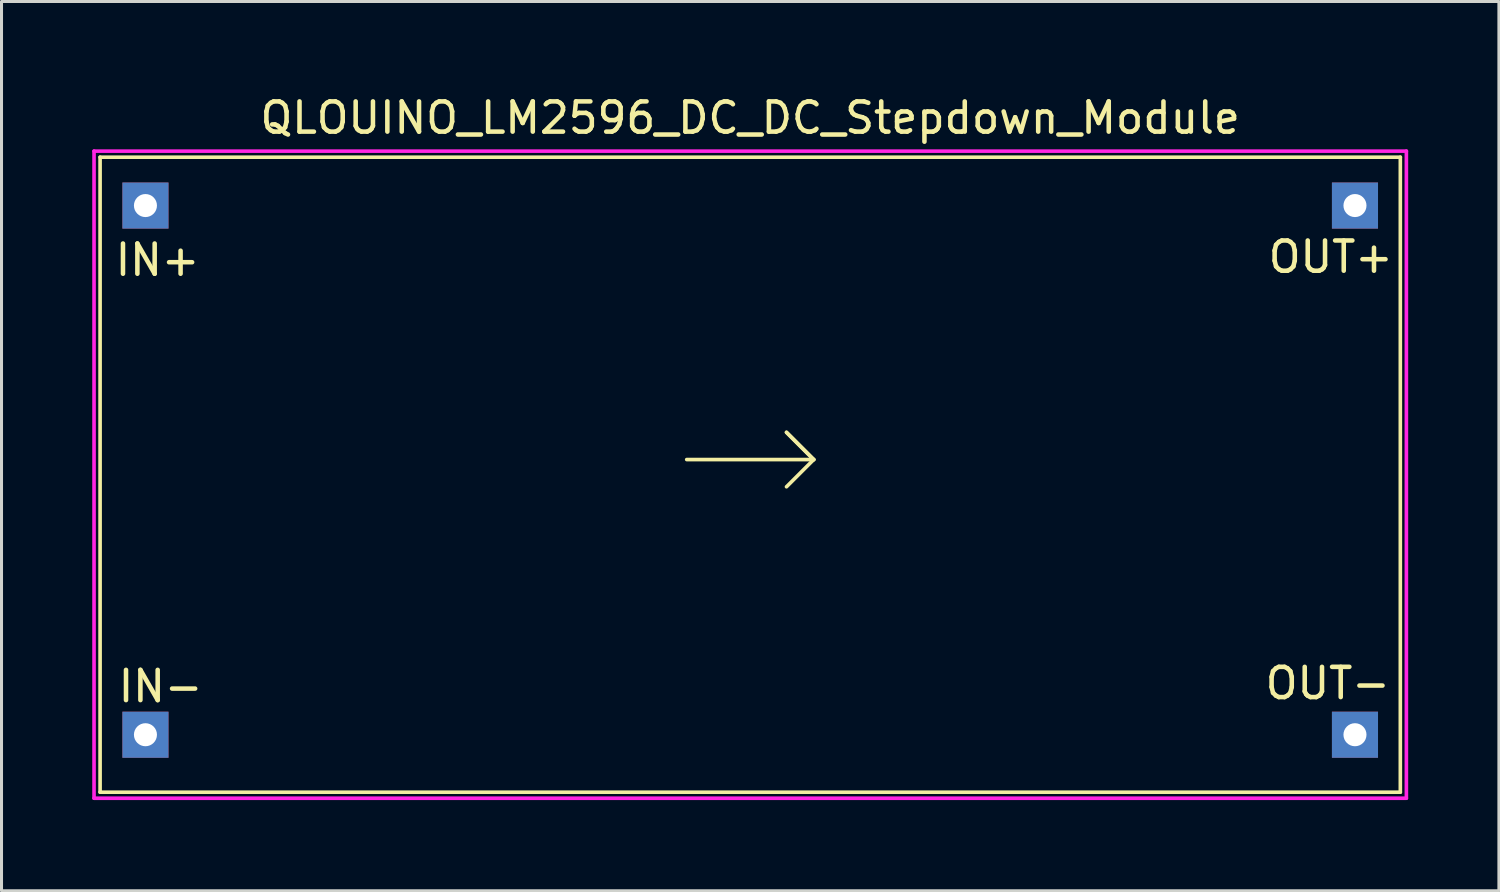
<source format=kicad_pcb>
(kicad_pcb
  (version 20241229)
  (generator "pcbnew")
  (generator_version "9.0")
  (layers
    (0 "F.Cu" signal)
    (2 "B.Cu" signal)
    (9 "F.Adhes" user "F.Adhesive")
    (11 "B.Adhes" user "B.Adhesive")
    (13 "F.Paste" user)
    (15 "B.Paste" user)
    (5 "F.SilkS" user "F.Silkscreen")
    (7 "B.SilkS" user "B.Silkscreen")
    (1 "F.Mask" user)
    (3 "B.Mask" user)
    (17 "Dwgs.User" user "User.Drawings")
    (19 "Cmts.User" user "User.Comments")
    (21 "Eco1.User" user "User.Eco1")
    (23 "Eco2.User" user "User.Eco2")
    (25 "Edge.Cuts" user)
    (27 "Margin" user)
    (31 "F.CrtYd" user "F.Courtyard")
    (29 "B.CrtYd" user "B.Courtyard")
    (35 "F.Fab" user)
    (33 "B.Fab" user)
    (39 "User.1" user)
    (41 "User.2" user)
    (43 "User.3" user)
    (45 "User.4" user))
  (footprint "QLOUINO_LM2596_DC_DC_Stepdown_Module"
    (layer "F.Cu")
    (at 21.76 12.148)
    (property "Reference" "QLOUINO_LM2596_DC_DC_Stepdown_Module" (at 0 -11.3 0) (layer "F.SilkS") (effects (font (size 1 1) (thickness 0.15))))
    (attr through_hole)
    (fp_line (start -21.5 -10) (end 21.5 -10) (stroke (width 0.12) (type solid)) (layer "F.SilkS"))
    (fp_line (start -21.5 11) (end -21.5 -10) (stroke (width 0.12) (type solid)) (layer "F.SilkS"))
    (fp_line (start -2.1 0) (end 2.1 0) (stroke (width 0.12) (type solid)) (layer "F.SilkS"))
    (fp_line (start 1.2 -0.9) (end 2.1 0) (stroke (width 0.12) (type solid)) (layer "F.SilkS"))
    (fp_line (start 2.1 0) (end 1.2 -0.9) (stroke (width 0.12) (type solid)) (layer "F.SilkS"))
    (fp_line (start 2.1 0) (end 1.2 0.9) (stroke (width 0.12) (type solid)) (layer "F.SilkS"))
    (fp_line (start 21.5 -10) (end 21.5 11) (stroke (width 0.12) (type solid)) (layer "F.SilkS"))
    (fp_line (start 21.5 11) (end -21.5 11) (stroke (width 0.12) (type solid)) (layer "F.SilkS"))
    (fp_line (start -21.7 -10.2) (end 21.7 -10.2) (stroke (width 0.12) (type solid)) (layer "F.CrtYd"))
    (fp_line (start -21.7 11.2) (end -21.7 -10.2) (stroke (width 0.12) (type solid)) (layer "F.CrtYd"))
    (fp_line (start 21.7 -10.2) (end 21.7 11.2) (stroke (width 0.12) (type solid)) (layer "F.CrtYd"))
    (fp_line (start 21.7 11.2) (end -21.7 11.2) (stroke (width 0.12) (type solid)) (layer "F.CrtYd"))
    (fp_text user "OUT-" (at 19.1 7.4 0) (layer "F.SilkS") (effects (font (size 1 1) (thickness 0.15))))
    (fp_text user "IN+" (at -19.6 -6.6 0) (layer "F.SilkS") (effects (font (size 1 1) (thickness 0.15))))
    (fp_text user "OUT+" (at 19.2 -6.7 0) (layer "F.SilkS") (effects (font (size 1 1) (thickness 0.15))))
    (fp_text user "IN-" (at -19.5 7.5 0) (layer "F.SilkS") (effects (font (size 1 1) (thickness 0.15))))
    (pad "1" thru_hole rect (at -20 -8.4) (size 1.524 1.524) (drill 0.762) (layers "*.Cu" "*.Mask"))
    (pad "2" thru_hole rect (at -20 9.1) (size 1.524 1.524) (drill 0.762) (layers "*.Cu" "*.Mask"))
    (pad "3" thru_hole rect (at 20 9.1) (size 1.524 1.524) (drill 0.762) (layers "*.Cu" "*.Mask"))
    (pad "4" thru_hole rect (at 20 -8.4) (size 1.524 1.524) (drill 0.762) (layers "*.Cu" "*.Mask")))
  (gr_rect
    (start -3 -3)
    (end 46.52 26.408)
    (stroke (width 0.1) (type default))
    (fill no)
    (layer "Edge.Cuts")))
</source>
